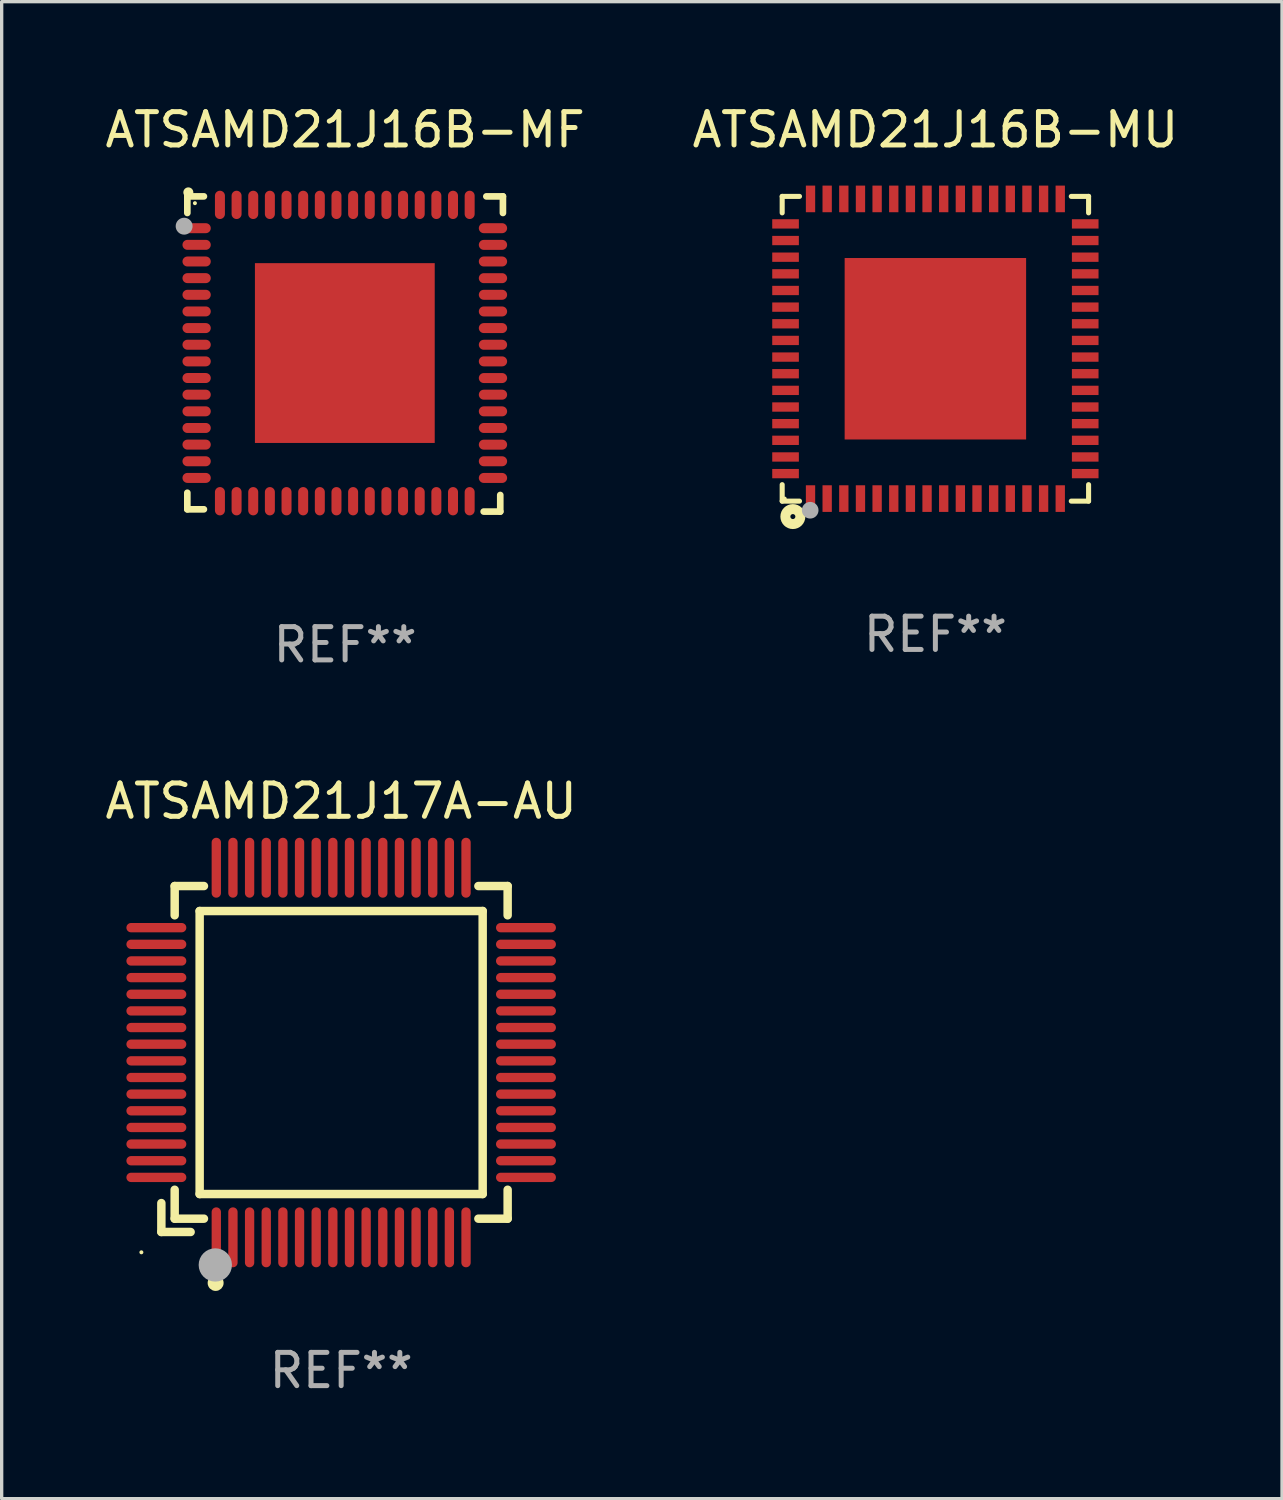
<source format=kicad_pcb>
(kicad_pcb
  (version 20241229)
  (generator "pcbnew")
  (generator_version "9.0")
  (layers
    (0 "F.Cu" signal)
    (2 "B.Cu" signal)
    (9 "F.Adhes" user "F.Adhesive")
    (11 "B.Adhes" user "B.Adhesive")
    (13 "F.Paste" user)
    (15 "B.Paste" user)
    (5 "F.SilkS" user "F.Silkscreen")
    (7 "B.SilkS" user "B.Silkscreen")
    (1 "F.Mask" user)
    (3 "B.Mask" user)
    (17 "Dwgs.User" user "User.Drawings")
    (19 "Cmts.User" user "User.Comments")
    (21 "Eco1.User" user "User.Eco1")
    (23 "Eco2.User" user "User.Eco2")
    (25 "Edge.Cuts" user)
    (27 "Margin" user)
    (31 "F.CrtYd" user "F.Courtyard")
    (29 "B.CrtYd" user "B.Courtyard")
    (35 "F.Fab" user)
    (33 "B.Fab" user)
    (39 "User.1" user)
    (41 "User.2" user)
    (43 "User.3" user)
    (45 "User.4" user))
  (footprint "ATSAMD21J16B-MU"
    (layer "F.Cu")
    (at 25.042 7.424)
    (property "Reference" "ATSAMD21J16B-MU" (at 0 -6.576 0) (layer "F.SilkS") (effects (font (size 1 1) (thickness 0.15))))
    (attr through_hole)
    (fp_line (start -4.601 -4.576) (end -4.081 -4.576) (stroke (width 0.152) (type solid)) (layer "F.SilkS"))
    (fp_line (start -4.601 -4.081) (end -4.601 -4.576) (stroke (width 0.152) (type solid)) (layer "F.SilkS"))
    (fp_line (start -4.601 4.081) (end -4.601 4.576) (stroke (width 0.152) (type solid)) (layer "F.SilkS"))
    (fp_line (start -4.601 4.576) (end -4.081 4.576) (stroke (width 0.152) (type solid)) (layer "F.SilkS"))
    (fp_line (start 4.601 -4.576) (end 4.081 -4.576) (stroke (width 0.152) (type solid)) (layer "F.SilkS"))
    (fp_line (start 4.601 -4.081) (end 4.601 -4.576) (stroke (width 0.152) (type solid)) (layer "F.SilkS"))
    (fp_line (start 4.601 4.081) (end 4.601 4.576) (stroke (width 0.152) (type solid)) (layer "F.SilkS"))
    (fp_line (start 4.601 4.576) (end 4.081 4.576) (stroke (width 0.152) (type solid)) (layer "F.SilkS"))
    (fp_circle (center -4.525 4.5) (end -4.495 4.5) (stroke (width 0.06) (type solid)) (fill no) (layer "F.SilkS"))
    (fp_circle (center -4.28 5.04) (end -4.205 5.04) (stroke (width 0.3) (type solid)) (fill no) (layer "F.SilkS"))
    (fp_circle (center -3.76 4.85) (end -3.635 4.85) (stroke (width 0.25) (type solid)) (fill no) (layer "F.Fab"))
    (fp_text user "REF**" (at 0 8.576 0) (layer "F.Fab") (effects (font (size 1 1) (thickness 0.15))))
    (pad "1" smd rect (at -3.75 4.5) (size 0.28 0.8) (layers "F.Cu" "F.Mask" "F.Paste"))
    (pad "2" smd rect (at -3.25 4.5) (size 0.28 0.8) (layers "F.Cu" "F.Mask" "F.Paste"))
    (pad "3" smd rect (at -2.75 4.5) (size 0.28 0.8) (layers "F.Cu" "F.Mask" "F.Paste"))
    (pad "4" smd rect (at -2.25 4.5) (size 0.28 0.8) (layers "F.Cu" "F.Mask" "F.Paste"))
    (pad "5" smd rect (at -1.75 4.5) (size 0.28 0.8) (layers "F.Cu" "F.Mask" "F.Paste"))
    (pad "6" smd rect (at -1.25 4.5) (size 0.28 0.8) (layers "F.Cu" "F.Mask" "F.Paste"))
    (pad "7" smd rect (at -0.75 4.5) (size 0.28 0.8) (layers "F.Cu" "F.Mask" "F.Paste"))
    (pad "8" smd rect (at -0.25 4.5) (size 0.28 0.8) (layers "F.Cu" "F.Mask" "F.Paste"))
    (pad "9" smd rect (at 0.25 4.5) (size 0.28 0.8) (layers "F.Cu" "F.Mask" "F.Paste"))
    (pad "10" smd rect (at 0.75 4.5) (size 0.28 0.8) (layers "F.Cu" "F.Mask" "F.Paste"))
    (pad "11" smd rect (at 1.25 4.5) (size 0.28 0.8) (layers "F.Cu" "F.Mask" "F.Paste"))
    (pad "12" smd rect (at 1.75 4.5) (size 0.28 0.8) (layers "F.Cu" "F.Mask" "F.Paste"))
    (pad "13" smd rect (at 2.25 4.5) (size 0.28 0.8) (layers "F.Cu" "F.Mask" "F.Paste"))
    (pad "14" smd rect (at 2.75 4.5) (size 0.28 0.8) (layers "F.Cu" "F.Mask" "F.Paste"))
    (pad "15" smd rect (at 3.25 4.5) (size 0.28 0.8) (layers "F.Cu" "F.Mask" "F.Paste"))
    (pad "16" smd rect (at 3.75 4.5) (size 0.28 0.8) (layers "F.Cu" "F.Mask" "F.Paste"))
    (pad "17" smd rect (at 4.5 3.75) (size 0.8 0.28) (layers "F.Cu" "F.Mask" "F.Paste"))
    (pad "18" smd rect (at 4.5 3.25) (size 0.8 0.28) (layers "F.Cu" "F.Mask" "F.Paste"))
    (pad "19" smd rect (at 4.5 2.75) (size 0.8 0.28) (layers "F.Cu" "F.Mask" "F.Paste"))
    (pad "20" smd rect (at 4.5 2.25) (size 0.8 0.28) (layers "F.Cu" "F.Mask" "F.Paste"))
    (pad "21" smd rect (at 4.5 1.75) (size 0.8 0.28) (layers "F.Cu" "F.Mask" "F.Paste"))
    (pad "22" smd rect (at 4.5 1.25) (size 0.8 0.28) (layers "F.Cu" "F.Mask" "F.Paste"))
    (pad "23" smd rect (at 4.5 0.75) (size 0.8 0.28) (layers "F.Cu" "F.Mask" "F.Paste"))
    (pad "24" smd rect (at 4.5 0.25) (size 0.8 0.28) (layers "F.Cu" "F.Mask" "F.Paste"))
    (pad "25" smd rect (at 4.5 -0.25) (size 0.8 0.28) (layers "F.Cu" "F.Mask" "F.Paste"))
    (pad "26" smd rect (at 4.5 -0.75) (size 0.8 0.28) (layers "F.Cu" "F.Mask" "F.Paste"))
    (pad "27" smd rect (at 4.5 -1.25) (size 0.8 0.28) (layers "F.Cu" "F.Mask" "F.Paste"))
    (pad "28" smd rect (at 4.5 -1.75) (size 0.8 0.28) (layers "F.Cu" "F.Mask" "F.Paste"))
    (pad "29" smd rect (at 4.5 -2.25) (size 0.8 0.28) (layers "F.Cu" "F.Mask" "F.Paste"))
    (pad "30" smd rect (at 4.5 -2.75) (size 0.8 0.28) (layers "F.Cu" "F.Mask" "F.Paste"))
    (pad "31" smd rect (at 4.5 -3.25) (size 0.8 0.28) (layers "F.Cu" "F.Mask" "F.Paste"))
    (pad "32" smd rect (at 4.5 -3.75) (size 0.8 0.28) (layers "F.Cu" "F.Mask" "F.Paste"))
    (pad "33" smd rect (at 3.75 -4.5) (size 0.28 0.8) (layers "F.Cu" "F.Mask" "F.Paste"))
    (pad "34" smd rect (at 3.25 -4.5) (size 0.28 0.8) (layers "F.Cu" "F.Mask" "F.Paste"))
    (pad "35" smd rect (at 2.75 -4.5) (size 0.28 0.8) (layers "F.Cu" "F.Mask" "F.Paste"))
    (pad "36" smd rect (at 2.25 -4.5) (size 0.28 0.8) (layers "F.Cu" "F.Mask" "F.Paste"))
    (pad "37" smd rect (at 1.75 -4.5) (size 0.28 0.8) (layers "F.Cu" "F.Mask" "F.Paste"))
    (pad "38" smd rect (at 1.25 -4.5) (size 0.28 0.8) (layers "F.Cu" "F.Mask" "F.Paste"))
    (pad "39" smd rect (at 0.75 -4.5) (size 0.28 0.8) (layers "F.Cu" "F.Mask" "F.Paste"))
    (pad "40" smd rect (at 0.25 -4.5) (size 0.28 0.8) (layers "F.Cu" "F.Mask" "F.Paste"))
    (pad "41" smd rect (at -0.25 -4.5) (size 0.28 0.8) (layers "F.Cu" "F.Mask" "F.Paste"))
    (pad "42" smd rect (at -0.75 -4.5) (size 0.28 0.8) (layers "F.Cu" "F.Mask" "F.Paste"))
    (pad "43" smd rect (at -1.25 -4.5) (size 0.28 0.8) (layers "F.Cu" "F.Mask" "F.Paste"))
    (pad "44" smd rect (at -1.75 -4.5) (size 0.28 0.8) (layers "F.Cu" "F.Mask" "F.Paste"))
    (pad "45" smd rect (at -2.25 -4.5) (size 0.28 0.8) (layers "F.Cu" "F.Mask" "F.Paste"))
    (pad "46" smd rect (at -2.75 -4.5) (size 0.28 0.8) (layers "F.Cu" "F.Mask" "F.Paste"))
    (pad "47" smd rect (at -3.25 -4.5) (size 0.28 0.8) (layers "F.Cu" "F.Mask" "F.Paste"))
    (pad "48" smd rect (at -3.75 -4.5) (size 0.28 0.8) (layers "F.Cu" "F.Mask" "F.Paste"))
    (pad "49" smd rect (at -4.5 -3.75) (size 0.8 0.28) (layers "F.Cu" "F.Mask" "F.Paste"))
    (pad "50" smd rect (at -4.5 -3.25) (size 0.8 0.28) (layers "F.Cu" "F.Mask" "F.Paste"))
    (pad "51" smd rect (at -4.5 -2.75) (size 0.8 0.28) (layers "F.Cu" "F.Mask" "F.Paste"))
    (pad "52" smd rect (at -4.5 -2.25) (size 0.8 0.28) (layers "F.Cu" "F.Mask" "F.Paste"))
    (pad "53" smd rect (at -4.5 -1.75) (size 0.8 0.28) (layers "F.Cu" "F.Mask" "F.Paste"))
    (pad "54" smd rect (at -4.5 -1.25) (size 0.8 0.28) (layers "F.Cu" "F.Mask" "F.Paste"))
    (pad "55" smd rect (at -4.5 -0.75) (size 0.8 0.28) (layers "F.Cu" "F.Mask" "F.Paste"))
    (pad "56" smd rect (at -4.5 -0.25) (size 0.8 0.28) (layers "F.Cu" "F.Mask" "F.Paste"))
    (pad "57" smd rect (at -4.5 0.25) (size 0.8 0.28) (layers "F.Cu" "F.Mask" "F.Paste"))
    (pad "58" smd rect (at -4.5 0.75) (size 0.8 0.28) (layers "F.Cu" "F.Mask" "F.Paste"))
    (pad "59" smd rect (at -4.5 1.25) (size 0.8 0.28) (layers "F.Cu" "F.Mask" "F.Paste"))
    (pad "60" smd rect (at -4.5 1.75) (size 0.8 0.28) (layers "F.Cu" "F.Mask" "F.Paste"))
    (pad "61" smd rect (at -4.5 2.25) (size 0.8 0.28) (layers "F.Cu" "F.Mask" "F.Paste"))
    (pad "62" smd rect (at -4.5 2.75) (size 0.8 0.28) (layers "F.Cu" "F.Mask" "F.Paste"))
    (pad "63" smd rect (at -4.5 3.25) (size 0.8 0.28) (layers "F.Cu" "F.Mask" "F.Paste"))
    (pad "64" smd rect (at -4.5 3.75) (size 0.8 0.28) (layers "F.Cu" "F.Mask" "F.Paste"))
    (pad "65" smd rect (at 0 0) (size 5.45 5.45) (layers "F.Cu" "F.Mask" "F.Paste")))
  (footprint "ATSAMD21J17A-AU"
    (layer "F.Cu")
    (at 7.196 28.56)
    (property "Reference" "ATSAMD21J17A-AU" (at 0 -7.55 0) (layer "F.SilkS") (effects (font (size 1 1) (thickness 0.15))))
    (attr through_hole)
    (fp_line (start -5.4 4.521) (end -5.4 5.39) (stroke (width 0.254) (type solid)) (layer "F.SilkS"))
    (fp_line (start -5.4 5.39) (end -4.521 5.39) (stroke (width 0.254) (type solid)) (layer "F.SilkS"))
    (fp_line (start -5 -5) (end -5 -4.121) (stroke (width 0.254) (type solid)) (layer "F.SilkS"))
    (fp_line (start -5 4.121) (end -5 4.99) (stroke (width 0.254) (type solid)) (layer "F.SilkS"))
    (fp_line (start -5 4.99) (end -4.121 4.99) (stroke (width 0.254) (type solid)) (layer "F.SilkS"))
    (fp_line (start -4.25 -4.25) (end -4.25 4.25) (stroke (width 0.254) (type solid)) (layer "F.SilkS"))
    (fp_line (start -4.25 4.25) (end 4.25 4.25) (stroke (width 0.254) (type solid)) (layer "F.SilkS"))
    (fp_line (start -4.121 -5) (end -5 -5) (stroke (width 0.254) (type solid)) (layer "F.SilkS"))
    (fp_line (start 4.121 4.99) (end 5 4.99) (stroke (width 0.254) (type solid)) (layer "F.SilkS"))
    (fp_line (start 4.25 -4.25) (end -4.25 -4.25) (stroke (width 0.254) (type solid)) (layer "F.SilkS"))
    (fp_line (start 4.25 4.25) (end 4.25 -4.25) (stroke (width 0.254) (type solid)) (layer "F.SilkS"))
    (fp_line (start 5 -5) (end 4.121 -5) (stroke (width 0.254) (type solid)) (layer "F.SilkS"))
    (fp_line (start 5 -4.121) (end 5 -5) (stroke (width 0.254) (type solid)) (layer "F.SilkS"))
    (fp_line (start 5 4.99) (end 5 4.121) (stroke (width 0.254) (type solid)) (layer "F.SilkS"))
    (fp_circle (center -6 6) (end -5.97 6) (stroke (width 0.06) (type solid)) (fill no) (layer "F.SilkS"))
    (fp_circle (center -3.77 6.92) (end -3.65 6.92) (stroke (width 0.24) (type solid)) (fill no) (layer "F.SilkS"))
    (fp_circle (center -3.78 6.38) (end -3.53 6.38) (stroke (width 0.5) (type solid)) (fill no) (layer "F.Fab"))
    (fp_text user "REF**" (at 0 9.55 0) (layer "F.Fab") (effects (font (size 1 1) (thickness 0.15))))
    (pad "1" smd oval (at -3.75 5.55) (size 0.28 1.8) (layers "F.Cu" "F.Mask" "F.Paste"))
    (pad "2" smd oval (at -3.25 5.55) (size 0.28 1.8) (layers "F.Cu" "F.Mask" "F.Paste"))
    (pad "3" smd oval (at -2.75 5.55) (size 0.28 1.8) (layers "F.Cu" "F.Mask" "F.Paste"))
    (pad "4" smd oval (at -2.25 5.55) (size 0.28 1.8) (layers "F.Cu" "F.Mask" "F.Paste"))
    (pad "5" smd oval (at -1.75 5.55) (size 0.28 1.8) (layers "F.Cu" "F.Mask" "F.Paste"))
    (pad "6" smd oval (at -1.25 5.55) (size 0.28 1.8) (layers "F.Cu" "F.Mask" "F.Paste"))
    (pad "7" smd oval (at -0.75 5.55) (size 0.28 1.8) (layers "F.Cu" "F.Mask" "F.Paste"))
    (pad "8" smd oval (at -0.25 5.55) (size 0.28 1.8) (layers "F.Cu" "F.Mask" "F.Paste"))
    (pad "9" smd oval (at 0.25 5.55) (size 0.28 1.8) (layers "F.Cu" "F.Mask" "F.Paste"))
    (pad "10" smd oval (at 0.75 5.55) (size 0.28 1.8) (layers "F.Cu" "F.Mask" "F.Paste"))
    (pad "11" smd oval (at 1.25 5.55) (size 0.28 1.8) (layers "F.Cu" "F.Mask" "F.Paste"))
    (pad "12" smd oval (at 1.75 5.55) (size 0.28 1.8) (layers "F.Cu" "F.Mask" "F.Paste"))
    (pad "13" smd oval (at 2.25 5.55) (size 0.28 1.8) (layers "F.Cu" "F.Mask" "F.Paste"))
    (pad "14" smd oval (at 2.75 5.55) (size 0.28 1.8) (layers "F.Cu" "F.Mask" "F.Paste"))
    (pad "15" smd oval (at 3.25 5.55) (size 0.28 1.8) (layers "F.Cu" "F.Mask" "F.Paste"))
    (pad "16" smd oval (at 3.75 5.55) (size 0.28 1.8) (layers "F.Cu" "F.Mask" "F.Paste"))
    (pad "17" smd oval (at 5.55 3.75) (size 1.8 0.28) (layers "F.Cu" "F.Mask" "F.Paste"))
    (pad "18" smd oval (at 5.55 3.25) (size 1.8 0.28) (layers "F.Cu" "F.Mask" "F.Paste"))
    (pad "19" smd oval (at 5.55 2.75) (size 1.8 0.28) (layers "F.Cu" "F.Mask" "F.Paste"))
    (pad "20" smd oval (at 5.55 2.25) (size 1.8 0.28) (layers "F.Cu" "F.Mask" "F.Paste"))
    (pad "21" smd oval (at 5.55 1.75) (size 1.8 0.28) (layers "F.Cu" "F.Mask" "F.Paste"))
    (pad "22" smd oval (at 5.55 1.25) (size 1.8 0.28) (layers "F.Cu" "F.Mask" "F.Paste"))
    (pad "23" smd oval (at 5.55 0.75) (size 1.8 0.28) (layers "F.Cu" "F.Mask" "F.Paste"))
    (pad "24" smd oval (at 5.55 0.25) (size 1.8 0.28) (layers "F.Cu" "F.Mask" "F.Paste"))
    (pad "25" smd oval (at 5.55 -0.25) (size 1.8 0.28) (layers "F.Cu" "F.Mask" "F.Paste"))
    (pad "26" smd oval (at 5.55 -0.75) (size 1.8 0.28) (layers "F.Cu" "F.Mask" "F.Paste"))
    (pad "27" smd oval (at 5.55 -1.25) (size 1.8 0.28) (layers "F.Cu" "F.Mask" "F.Paste"))
    (pad "28" smd oval (at 5.55 -1.75) (size 1.8 0.28) (layers "F.Cu" "F.Mask" "F.Paste"))
    (pad "29" smd oval (at 5.55 -2.25) (size 1.8 0.28) (layers "F.Cu" "F.Mask" "F.Paste"))
    (pad "30" smd oval (at 5.55 -2.75) (size 1.8 0.28) (layers "F.Cu" "F.Mask" "F.Paste"))
    (pad "31" smd oval (at 5.55 -3.25) (size 1.8 0.28) (layers "F.Cu" "F.Mask" "F.Paste"))
    (pad "32" smd oval (at 5.55 -3.75) (size 1.8 0.28) (layers "F.Cu" "F.Mask" "F.Paste"))
    (pad "33" smd oval (at 3.75 -5.55) (size 0.28 1.8) (layers "F.Cu" "F.Mask" "F.Paste"))
    (pad "34" smd oval (at 3.25 -5.55) (size 0.28 1.8) (layers "F.Cu" "F.Mask" "F.Paste"))
    (pad "35" smd oval (at 2.75 -5.55) (size 0.28 1.8) (layers "F.Cu" "F.Mask" "F.Paste"))
    (pad "36" smd oval (at 2.25 -5.55) (size 0.28 1.8) (layers "F.Cu" "F.Mask" "F.Paste"))
    (pad "37" smd oval (at 1.75 -5.55) (size 0.28 1.8) (layers "F.Cu" "F.Mask" "F.Paste"))
    (pad "38" smd oval (at 1.25 -5.55) (size 0.28 1.8) (layers "F.Cu" "F.Mask" "F.Paste"))
    (pad "39" smd oval (at 0.75 -5.55) (size 0.28 1.8) (layers "F.Cu" "F.Mask" "F.Paste"))
    (pad "40" smd oval (at 0.25 -5.55) (size 0.28 1.8) (layers "F.Cu" "F.Mask" "F.Paste"))
    (pad "41" smd oval (at -0.25 -5.55) (size 0.28 1.8) (layers "F.Cu" "F.Mask" "F.Paste"))
    (pad "42" smd oval (at -0.75 -5.55) (size 0.28 1.8) (layers "F.Cu" "F.Mask" "F.Paste"))
    (pad "43" smd oval (at -1.25 -5.55) (size 0.28 1.8) (layers "F.Cu" "F.Mask" "F.Paste"))
    (pad "44" smd oval (at -1.75 -5.55) (size 0.28 1.8) (layers "F.Cu" "F.Mask" "F.Paste"))
    (pad "45" smd oval (at -2.25 -5.55) (size 0.28 1.8) (layers "F.Cu" "F.Mask" "F.Paste"))
    (pad "46" smd oval (at -2.75 -5.55) (size 0.28 1.8) (layers "F.Cu" "F.Mask" "F.Paste"))
    (pad "47" smd oval (at -3.25 -5.55) (size 0.28 1.8) (layers "F.Cu" "F.Mask" "F.Paste"))
    (pad "48" smd oval (at -3.75 -5.55) (size 0.28 1.8) (layers "F.Cu" "F.Mask" "F.Paste"))
    (pad "49" smd oval (at -5.55 -3.75) (size 1.8 0.28) (layers "F.Cu" "F.Mask" "F.Paste"))
    (pad "50" smd oval (at -5.55 -3.25) (size 1.8 0.28) (layers "F.Cu" "F.Mask" "F.Paste"))
    (pad "51" smd oval (at -5.55 -2.75) (size 1.8 0.28) (layers "F.Cu" "F.Mask" "F.Paste"))
    (pad "52" smd oval (at -5.55 -2.25) (size 1.8 0.28) (layers "F.Cu" "F.Mask" "F.Paste"))
    (pad "53" smd oval (at -5.55 -1.75) (size 1.8 0.28) (layers "F.Cu" "F.Mask" "F.Paste"))
    (pad "54" smd oval (at -5.55 -1.25) (size 1.8 0.28) (layers "F.Cu" "F.Mask" "F.Paste"))
    (pad "55" smd oval (at -5.55 -0.75) (size 1.8 0.28) (layers "F.Cu" "F.Mask" "F.Paste"))
    (pad "56" smd oval (at -5.55 -0.25) (size 1.8 0.28) (layers "F.Cu" "F.Mask" "F.Paste"))
    (pad "57" smd oval (at -5.55 0.25) (size 1.8 0.28) (layers "F.Cu" "F.Mask" "F.Paste"))
    (pad "58" smd oval (at -5.55 0.75) (size 1.8 0.28) (layers "F.Cu" "F.Mask" "F.Paste"))
    (pad "59" smd oval (at -5.55 1.25) (size 1.8 0.28) (layers "F.Cu" "F.Mask" "F.Paste"))
    (pad "60" smd oval (at -5.55 1.75) (size 1.8 0.28) (layers "F.Cu" "F.Mask" "F.Paste"))
    (pad "61" smd oval (at -5.55 2.25) (size 1.8 0.28) (layers "F.Cu" "F.Mask" "F.Paste"))
    (pad "62" smd oval (at -5.55 2.75) (size 1.8 0.28) (layers "F.Cu" "F.Mask" "F.Paste"))
    (pad "63" smd oval (at -5.55 3.25) (size 1.8 0.28) (layers "F.Cu" "F.Mask" "F.Paste"))
    (pad "64" smd oval (at -5.55 3.75) (size 1.8 0.28) (layers "F.Cu" "F.Mask" "F.Paste")))
  (footprint "ATSAMD21J16B-MF"
    (layer "F.Cu")
    (at 7.315 7.581)
    (property "Reference" "ATSAMD21J16B-MF" (at 0 -6.733 0) (layer "F.SilkS") (effects (font (size 1 1) (thickness 0.15))))
    (attr through_hole)
    (fp_line (start -4.739 -4.733) (end -4.241 -4.733) (stroke (width 0.2) (type solid)) (layer "F.SilkS"))
    (fp_line (start -4.739 -4.235) (end -4.739 -4.733) (stroke (width 0.2) (type solid)) (layer "F.SilkS"))
    (fp_line (start -4.739 4.168) (end -4.739 4.665) (stroke (width 0.2) (type solid)) (layer "F.SilkS"))
    (fp_line (start -4.739 4.665) (end -4.241 4.665) (stroke (width 0.2) (type solid)) (layer "F.SilkS"))
    (fp_line (start 4.161 4.733) (end 4.659 4.733) (stroke (width 0.2) (type solid)) (layer "F.SilkS"))
    (fp_line (start 4.241 -4.733) (end 4.739 -4.733) (stroke (width 0.2) (type solid)) (layer "F.SilkS"))
    (fp_line (start 4.659 4.733) (end 4.659 4.235) (stroke (width 0.2) (type solid)) (layer "F.SilkS"))
    (fp_line (start 4.739 -4.733) (end 4.739 -4.235) (stroke (width 0.2) (type solid)) (layer "F.SilkS"))
    (fp_arc (start -4.708623 -4.85108) (mid -4.708628 -4.85235) (end -4.708623 -4.85362) (stroke (width 0.3) (type solid)) (layer "F.SilkS"))
    (fp_circle (center -4.511 -4.529) (end -4.481 -4.529) (stroke (width 0.06) (type solid)) (fill no) (layer "F.SilkS"))
    (fp_circle (center -4.835 -3.838) (end -4.708 -3.838) (stroke (width 0.254) (type solid)) (fill no) (layer "F.Fab"))
    (fp_text user "REF**" (at 0 8.733 0) (layer "F.Fab") (effects (font (size 1 1) (thickness 0.15))))
    (pad "1" smd oval (at -4.46 -3.778) (size 0.85 0.3) (layers "F.Cu" "F.Mask" "F.Paste"))
    (pad "2" smd oval (at -4.46 -3.278) (size 0.85 0.3) (layers "F.Cu" "F.Mask" "F.Paste"))
    (pad "3" smd oval (at -4.46 -2.778) (size 0.85 0.3) (layers "F.Cu" "F.Mask" "F.Paste"))
    (pad "4" smd oval (at -4.46 -2.278) (size 0.85 0.3) (layers "F.Cu" "F.Mask" "F.Paste"))
    (pad "5" smd oval (at -4.46 -1.778) (size 0.85 0.3) (layers "F.Cu" "F.Mask" "F.Paste"))
    (pad "6" smd oval (at -4.46 -1.278) (size 0.85 0.3) (layers "F.Cu" "F.Mask" "F.Paste"))
    (pad "7" smd oval (at -4.46 -0.778) (size 0.85 0.3) (layers "F.Cu" "F.Mask" "F.Paste"))
    (pad "8" smd oval (at -4.46 -0.278) (size 0.85 0.3) (layers "F.Cu" "F.Mask" "F.Paste"))
    (pad "9" smd oval (at -4.46 0.222) (size 0.85 0.3) (layers "F.Cu" "F.Mask" "F.Paste"))
    (pad "10" smd oval (at -4.46 0.722) (size 0.85 0.3) (layers "F.Cu" "F.Mask" "F.Paste"))
    (pad "11" smd oval (at -4.46 1.222) (size 0.85 0.3) (layers "F.Cu" "F.Mask" "F.Paste"))
    (pad "12" smd oval (at -4.46 1.722) (size 0.85 0.3) (layers "F.Cu" "F.Mask" "F.Paste"))
    (pad "13" smd oval (at -4.46 2.222) (size 0.85 0.3) (layers "F.Cu" "F.Mask" "F.Paste"))
    (pad "14" smd oval (at -4.46 2.722) (size 0.85 0.3) (layers "F.Cu" "F.Mask" "F.Paste"))
    (pad "15" smd oval (at -4.46 3.222) (size 0.85 0.3) (layers "F.Cu" "F.Mask" "F.Paste"))
    (pad "16" smd oval (at -4.46 3.722) (size 0.85 0.3) (layers "F.Cu" "F.Mask" "F.Paste"))
    (pad "17" smd oval (at -3.76 4.422) (size 0.3 0.85) (layers "F.Cu" "F.Mask" "F.Paste"))
    (pad "18" smd oval (at -3.26 4.422) (size 0.3 0.85) (layers "F.Cu" "F.Mask" "F.Paste"))
    (pad "19" smd oval (at -2.76 4.422) (size 0.3 0.85) (layers "F.Cu" "F.Mask" "F.Paste"))
    (pad "20" smd oval (at -2.26 4.422) (size 0.3 0.85) (layers "F.Cu" "F.Mask" "F.Paste"))
    (pad "21" smd oval (at -1.76 4.422) (size 0.3 0.85) (layers "F.Cu" "F.Mask" "F.Paste"))
    (pad "22" smd oval (at -1.26 4.422) (size 0.3 0.85) (layers "F.Cu" "F.Mask" "F.Paste"))
    (pad "23" smd oval (at -0.76 4.422) (size 0.3 0.85) (layers "F.Cu" "F.Mask" "F.Paste"))
    (pad "24" smd oval (at -0.26 4.422) (size 0.3 0.85) (layers "F.Cu" "F.Mask" "F.Paste"))
    (pad "25" smd oval (at 0.24 4.422) (size 0.3 0.85) (layers "F.Cu" "F.Mask" "F.Paste"))
    (pad "26" smd oval (at 0.74 4.422) (size 0.3 0.85) (layers "F.Cu" "F.Mask" "F.Paste"))
    (pad "27" smd oval (at 1.24 4.422) (size 0.3 0.85) (layers "F.Cu" "F.Mask" "F.Paste"))
    (pad "28" smd oval (at 1.74 4.422) (size 0.3 0.85) (layers "F.Cu" "F.Mask" "F.Paste"))
    (pad "29" smd oval (at 2.24 4.422) (size 0.3 0.85) (layers "F.Cu" "F.Mask" "F.Paste"))
    (pad "30" smd oval (at 2.74 4.422) (size 0.3 0.85) (layers "F.Cu" "F.Mask" "F.Paste"))
    (pad "31" smd oval (at 3.24 4.422) (size 0.3 0.85) (layers "F.Cu" "F.Mask" "F.Paste"))
    (pad "32" smd oval (at 3.74 4.422) (size 0.3 0.85) (layers "F.Cu" "F.Mask" "F.Paste"))
    (pad "33" smd oval (at 4.44 3.723) (size 0.85 0.3) (layers "F.Cu" "F.Mask" "F.Paste"))
    (pad "34" smd oval (at 4.44 3.222) (size 0.85 0.3) (layers "F.Cu" "F.Mask" "F.Paste"))
    (pad "35" smd oval (at 4.44 2.723) (size 0.85 0.3) (layers "F.Cu" "F.Mask" "F.Paste"))
    (pad "36" smd oval (at 4.44 2.222) (size 0.85 0.3) (layers "F.Cu" "F.Mask" "F.Paste"))
    (pad "37" smd oval (at 4.44 1.723) (size 0.85 0.3) (layers "F.Cu" "F.Mask" "F.Paste"))
    (pad "38" smd oval (at 4.44 1.222) (size 0.85 0.3) (layers "F.Cu" "F.Mask" "F.Paste"))
    (pad "39" smd oval (at 4.44 0.723) (size 0.85 0.3) (layers "F.Cu" "F.Mask" "F.Paste"))
    (pad "40" smd oval (at 4.44 0.222) (size 0.85 0.3) (layers "F.Cu" "F.Mask" "F.Paste"))
    (pad "41" smd oval (at 4.44 -0.277) (size 0.85 0.3) (layers "F.Cu" "F.Mask" "F.Paste"))
    (pad "42" smd oval (at 4.44 -0.778) (size 0.85 0.3) (layers "F.Cu" "F.Mask" "F.Paste"))
    (pad "43" smd oval (at 4.44 -1.277) (size 0.85 0.3) (layers "F.Cu" "F.Mask" "F.Paste"))
    (pad "44" smd oval (at 4.44 -1.778) (size 0.85 0.3) (layers "F.Cu" "F.Mask" "F.Paste"))
    (pad "45" smd oval (at 4.44 -2.277) (size 0.85 0.3) (layers "F.Cu" "F.Mask" "F.Paste"))
    (pad "46" smd oval (at 4.44 -2.778) (size 0.85 0.3) (layers "F.Cu" "F.Mask" "F.Paste"))
    (pad "47" smd oval (at 4.44 -3.277) (size 0.85 0.3) (layers "F.Cu" "F.Mask" "F.Paste"))
    (pad "48" smd oval (at 4.44 -3.778) (size 0.85 0.3) (layers "F.Cu" "F.Mask" "F.Paste"))
    (pad "49" smd oval (at 3.74 -4.478) (size 0.3 0.85) (layers "F.Cu" "F.Mask" "F.Paste"))
    (pad "50" smd oval (at 3.24 -4.478) (size 0.3 0.85) (layers "F.Cu" "F.Mask" "F.Paste"))
    (pad "51" smd oval (at 2.74 -4.478) (size 0.3 0.85) (layers "F.Cu" "F.Mask" "F.Paste"))
    (pad "52" smd oval (at 2.24 -4.478) (size 0.3 0.85) (layers "F.Cu" "F.Mask" "F.Paste"))
    (pad "53" smd oval (at 1.74 -4.478) (size 0.3 0.85) (layers "F.Cu" "F.Mask" "F.Paste"))
    (pad "54" smd oval (at 1.24 -4.478) (size 0.3 0.85) (layers "F.Cu" "F.Mask" "F.Paste"))
    (pad "55" smd oval (at 0.74 -4.478) (size 0.3 0.85) (layers "F.Cu" "F.Mask" "F.Paste"))
    (pad "56" smd oval (at 0.24 -4.478) (size 0.3 0.85) (layers "F.Cu" "F.Mask" "F.Paste"))
    (pad "57" smd oval (at -0.26 -4.478) (size 0.3 0.85) (layers "F.Cu" "F.Mask" "F.Paste"))
    (pad "58" smd oval (at -0.76 -4.478) (size 0.3 0.85) (layers "F.Cu" "F.Mask" "F.Paste"))
    (pad "59" smd oval (at -1.26 -4.478) (size 0.3 0.85) (layers "F.Cu" "F.Mask" "F.Paste"))
    (pad "60" smd oval (at -1.76 -4.478) (size 0.3 0.85) (layers "F.Cu" "F.Mask" "F.Paste"))
    (pad "61" smd oval (at -2.26 -4.478) (size 0.3 0.85) (layers "F.Cu" "F.Mask" "F.Paste"))
    (pad "62" smd oval (at -2.76 -4.478) (size 0.3 0.85) (layers "F.Cu" "F.Mask" "F.Paste"))
    (pad "63" smd oval (at -3.26 -4.478) (size 0.3 0.85) (layers "F.Cu" "F.Mask" "F.Paste"))
    (pad "64" smd oval (at -3.76 -4.478) (size 0.3 0.85) (layers "F.Cu" "F.Mask" "F.Paste"))
    (pad "65" smd rect (at -0.009 -0.028 90) (size 5.4 5.4) (layers "F.Cu" "F.Mask" "F.Paste")))
  (gr_rect
    (start -3 -3)
    (end 35.452 41.958)
    (stroke (width 0.1) (type default))
    (fill no)
    (layer "Edge.Cuts")))
</source>
